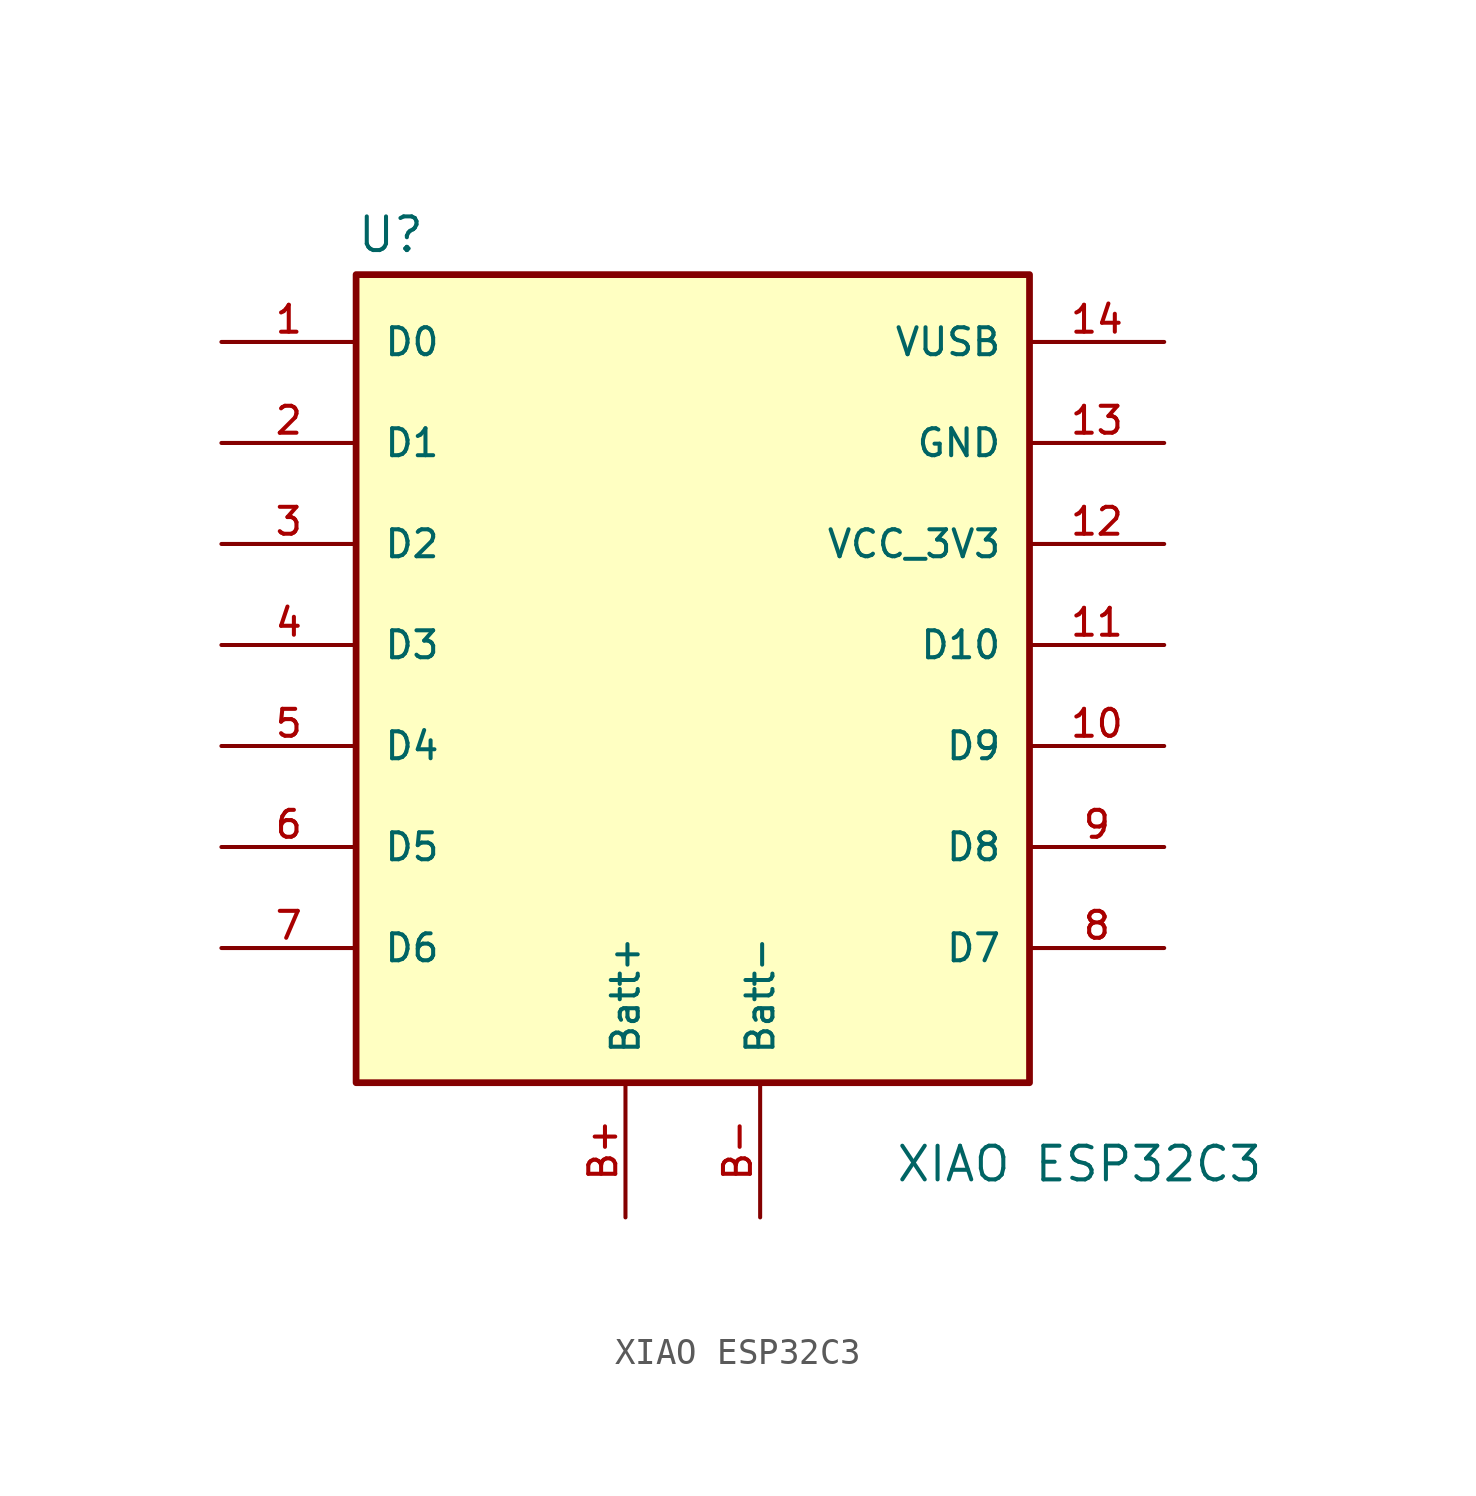
<source format=kicad_sym>
(kicad_symbol_lib
  (version 20241209)
  (generator "kicad_symbol_editor")
  (generator_version "9.0")
  (symbol "XIAO ESP32C3"
    (pin_names
      (offset 1.016))
    (property "Reference" "U"
      (at -12.7 16.002 0)
      (effects (font (size 1.27 1.27)) (justify left bottom)))
    (property "Value" "XIAO ESP32C3"
      (at 7.62 -19.05 0)
      (effects (font (size 1.27 1.27)) (justify left bottom)))
    (symbol "XIAO ESP32C3_0_0"
      (rectangle (start -12.7 15.24) (end 12.7 -15.24) (stroke (width 0.254) (type default)) (fill (type background)))
      (pin bidirectional line (at -17.78 12.7 0) (length 5.08) (name "D0" (effects (font (size 1.016 1.016)))) (number "1" (effects (font (size 1.016 1.016)))))
      (pin bidirectional line (at -17.78 8.89 0) (length 5.08) (name "D1" (effects (font (size 1.016 1.016)))) (number "2" (effects (font (size 1.016 1.016)))))
      (pin bidirectional line (at -17.78 5.08 0) (length 5.08) (name "D2" (effects (font (size 1.016 1.016)))) (number "3" (effects (font (size 1.016 1.016)))))
      (pin bidirectional line (at -17.78 1.27 0) (length 5.08) (name "D3" (effects (font (size 1.016 1.016)))) (number "4" (effects (font (size 1.016 1.016)))))
      (pin bidirectional line (at -17.78 -2.54 0) (length 5.08) (name "D4" (effects (font (size 1.016 1.016)))) (number "5" (effects (font (size 1.016 1.016)))))
      (pin bidirectional line (at -17.78 -6.35 0) (length 5.08) (name "D5" (effects (font (size 1.016 1.016)))) (number "6" (effects (font (size 1.016 1.016)))))
      (pin power_in line (at 17.78 12.7 180) (length 5.08) (name "VUSB" (effects (font (size 1.016 1.016)))) (number "14" (effects (font (size 1.016 1.016)))))
      (pin power_in line (at 17.78 8.89 180) (length 5.08) (name "GND" (effects (font (size 1.016 1.016)))) (number "13" (effects (font (size 1.016 1.016)))))
      (pin power_in line (at 17.78 5.08 180) (length 5.08) (name "VCC_3V3" (effects (font (size 1.016 1.016)))) (number "12" (effects (font (size 1.016 1.016)))))
      (pin bidirectional line (at 17.78 1.27 180) (length 5.08) (name "D10" (effects (font (size 1.016 1.016)))) (number "11" (effects (font (size 1.016 1.016)))))
      (pin bidirectional line (at 17.78 -2.54 180) (length 5.08) (name "D9" (effects (font (size 1.016 1.016)))) (number "10" (effects (font (size 1.016 1.016)))))
      (pin bidirectional line (at 17.78 -6.35 180) (length 5.08) (name "D8" (effects (font (size 1.016 1.016)))) (number "9" (effects (font (size 1.016 1.016))))))
    (symbol "XIAO ESP32C3_1_0"
      (pin bidirectional line (at -17.78 -10.16 0) (length 5.08) (name "D6" (effects (font (size 1.016 1.016)))) (number "7" (effects (font (size 1.016 1.016)))))
      (pin power_in line (at -2.54 -20.32 90) (length 5.08) (name "Batt+" (effects (font (size 1.016 1.016)))) (number "B+" (effects (font (size 1.016 1.016)))))
      (pin power_in line (at 2.54 -20.32 90) (length 5.08) (name "Batt-" (effects (font (size 1.016 1.016)))) (number "B-" (effects (font (size 1.016 1.016)))))
      (pin bidirectional line (at 17.78 -10.16 180) (length 5.08) (name "D7" (effects (font (size 1.016 1.016)))) (number "8" (effects (font (size 1.016 1.016))))))))
</source>
